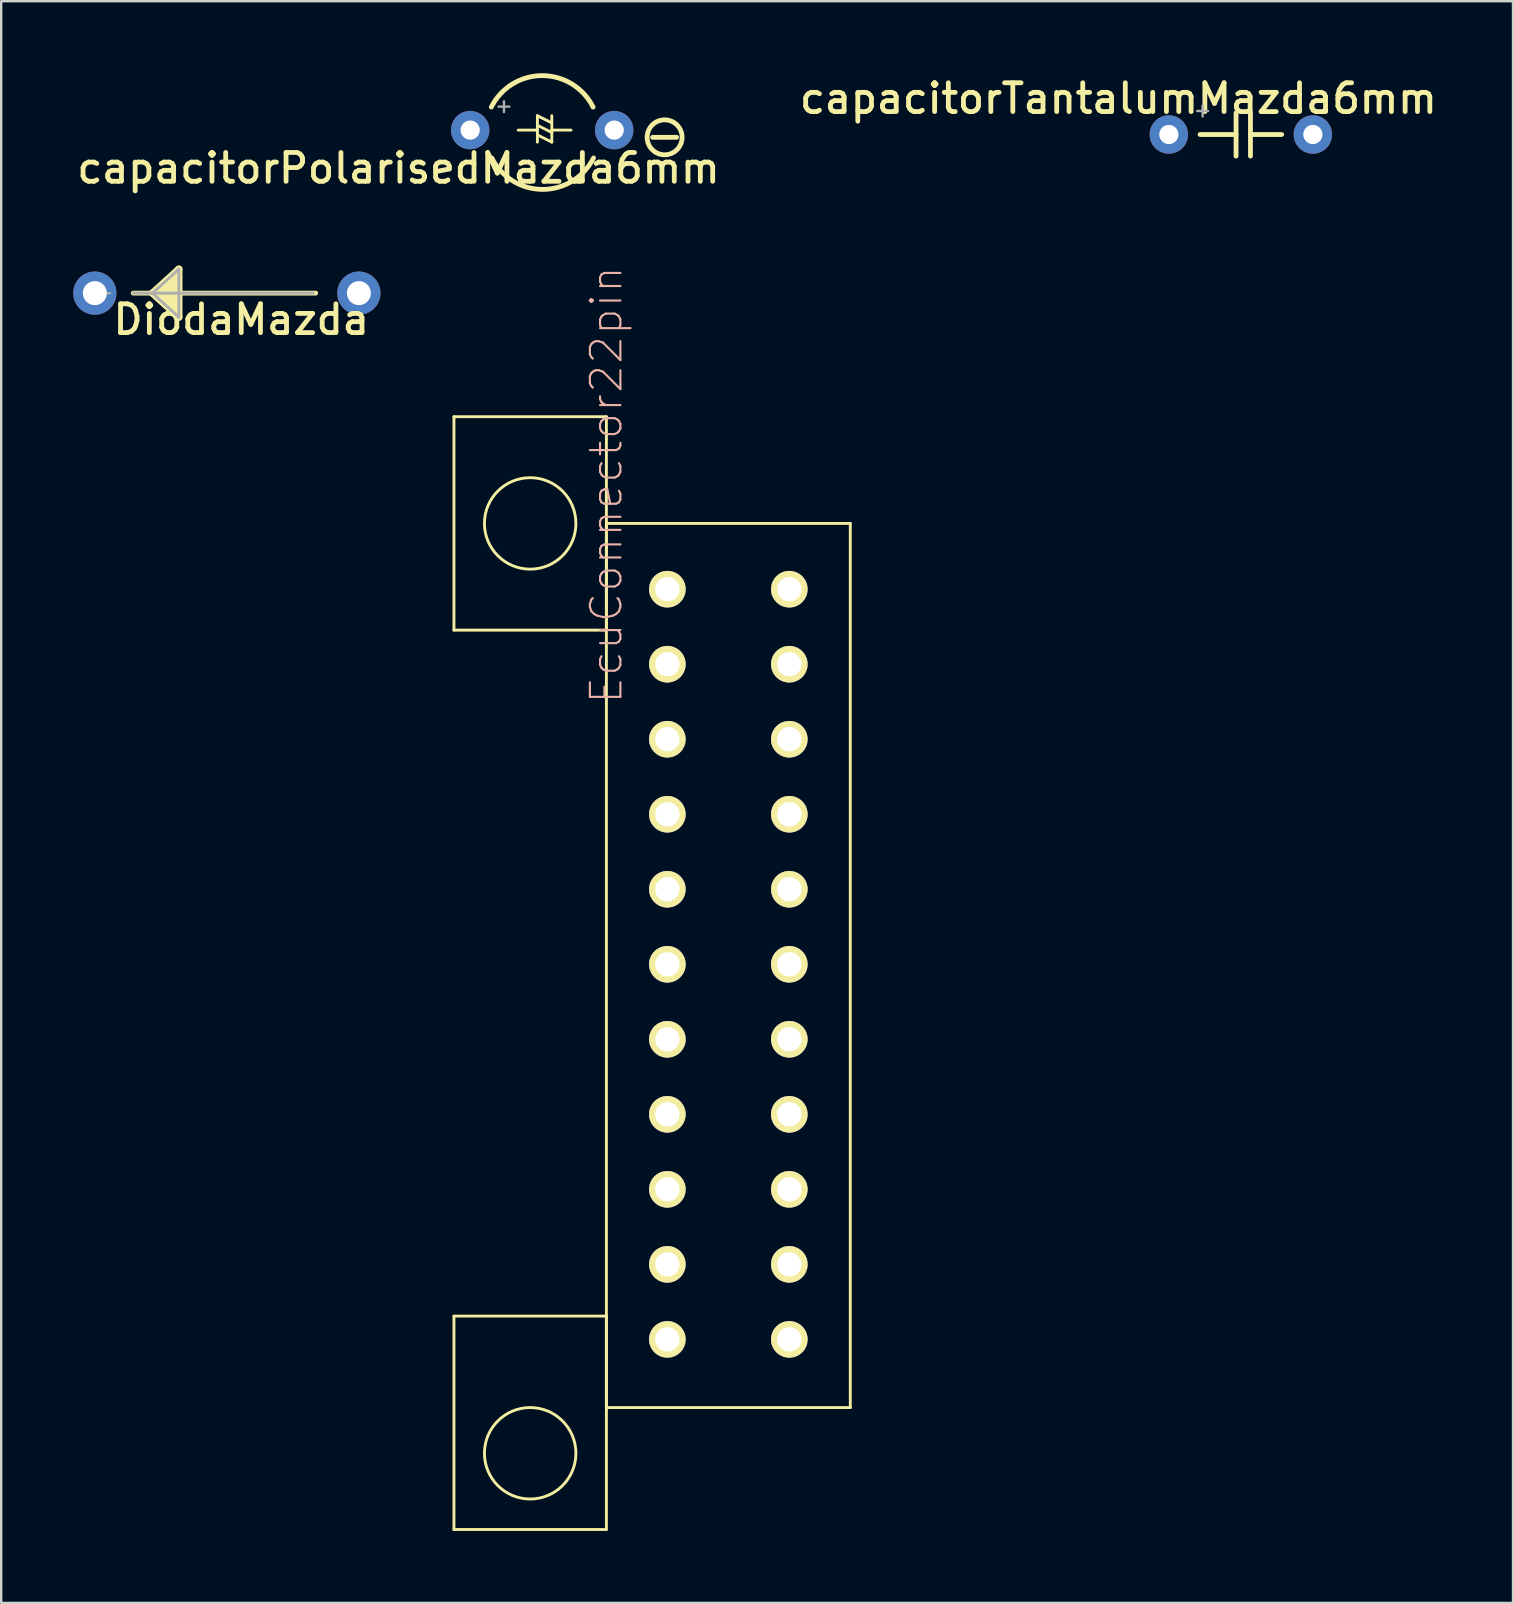
<source format=kicad_pcb>
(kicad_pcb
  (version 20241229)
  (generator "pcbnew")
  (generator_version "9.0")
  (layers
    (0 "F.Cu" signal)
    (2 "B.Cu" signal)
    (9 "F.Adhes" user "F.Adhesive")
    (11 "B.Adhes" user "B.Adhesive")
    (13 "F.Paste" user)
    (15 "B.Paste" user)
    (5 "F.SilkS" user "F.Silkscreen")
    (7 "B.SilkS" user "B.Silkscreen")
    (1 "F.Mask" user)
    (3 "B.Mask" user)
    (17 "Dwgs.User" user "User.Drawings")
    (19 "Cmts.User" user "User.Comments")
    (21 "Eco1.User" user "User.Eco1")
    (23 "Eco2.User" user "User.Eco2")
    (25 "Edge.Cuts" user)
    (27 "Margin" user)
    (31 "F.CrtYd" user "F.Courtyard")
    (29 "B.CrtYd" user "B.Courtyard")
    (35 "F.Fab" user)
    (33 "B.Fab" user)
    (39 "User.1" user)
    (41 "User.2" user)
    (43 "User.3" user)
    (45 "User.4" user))
  (footprint "DiodaMazda"
    (layer "F.Cu")
    (at 0.9 9.161)
    (property "Reference" "DiodaMazda" (at 6.1 1.1 0) (layer "F.SilkS") (effects (font (size 1.2 1.2) (thickness 0.2))))
    (attr through_hole)
    (fp_line (start 1.6 0) (end 9.2 0) (stroke (width 0.2) (type solid)) (layer "F.SilkS"))
    (fp_line (start 2.4 0) (end 3.5 -1) (stroke (width 0.3) (type solid)) (layer "F.SilkS"))
    (fp_line (start 2.4 0) (end 3.5 1) (stroke (width 0.3) (type solid)) (layer "F.SilkS"))
    (fp_line (start 2.8 0) (end 3.1 0.3) (stroke (width 0.4) (type solid)) (layer "F.SilkS"))
    (fp_line (start 2.9 -0.1) (end 3.1 -0.3) (stroke (width 0.4) (type solid)) (layer "F.SilkS"))
    (fp_line (start 3.3 -0.7) (end 3.3 0.6) (stroke (width 0.4) (type solid)) (layer "F.SilkS"))
    (fp_line (start 3.5 -1) (end 3.5 1) (stroke (width 0.3) (type solid)) (layer "F.SilkS"))
    (fp_line (start 0 0) (end 0.63 0) (stroke (width 0.1) (type solid)) (layer "F.Fab"))
    (fp_line (start 1.6 0) (end 9.1 0) (stroke (width 0.12) (type solid)) (layer "F.Fab"))
    (fp_line (start 2.4 0) (end 3.5 1) (stroke (width 0.12) (type solid)) (layer "F.Fab"))
    (fp_line (start 3.5 -1) (end 2.4 0) (stroke (width 0.12) (type solid)) (layer "F.Fab"))
    (fp_line (start 3.5 -1) (end 3.5 1) (stroke (width 0.12) (type solid)) (layer "F.Fab"))
    (pad "1" thru_hole circle (at 0 0) (size 1.8 1.8) (drill 1) (layers "*.Cu" "*.Mask"))
    (pad "2" thru_hole oval (at 11 0) (size 1.8 1.8) (drill 1) (layers "*.Cu" "*.Mask")))
  (footprint "capacitorPolarisedMazda6mm"
    (layer "F.Cu")
    (at 17.136 2.37)
    (property "Reference" "capacitorPolarisedMazda6mm" (at -3.584 1.587 180) (layer "F.SilkS") (effects (font (size 1.2 1.2) (thickness 0.2))))
    (attr through_hole)
    (fp_line (start 1.4 0) (end 2.2 0) (stroke (width 0.12) (type solid)) (layer "F.SilkS"))
    (fp_line (start 2.2 -0.6) (end 2.8 -0.3) (stroke (width 0.12) (type solid)) (layer "F.SilkS"))
    (fp_line (start 2.2 -0.2) (end 2.8 0.1) (stroke (width 0.12) (type solid)) (layer "F.SilkS"))
    (fp_line (start 2.2 0.2) (end 2.8 0.5) (stroke (width 0.12) (type solid)) (layer "F.SilkS"))
    (fp_line (start 2.2 0.5) (end 2.2 -0.6) (stroke (width 0.12) (type solid)) (layer "F.SilkS"))
    (fp_line (start 2.8 -0.6) (end 2.8 0.5) (stroke (width 0.12) (type solid)) (layer "F.SilkS"))
    (fp_line (start 2.8 0) (end 3.6 0) (stroke (width 0.12) (type solid)) (layer "F.SilkS"))
    (fp_line (start 7 0.3) (end 8 0.3) (stroke (width 0.2) (type solid)) (layer "F.SilkS"))
    (fp_arc (start 0.280259 -0.96) (mid 2.400738 -2.27) (end 4.520401 -0.958679) (stroke (width 0.2) (type solid)) (layer "F.SilkS"))
    (fp_arc (start 4.540142 1.158679) (mid 2.420479 2.47) (end 0.3 1.16) (stroke (width 0.2) (type solid)) (layer "F.SilkS"))
    (fp_circle (center 7.5 0.3) (end 8.228 0.3) (stroke (width 0.2) (type solid)) (fill no) (layer "F.SilkS"))
    (fp_line (start 0.582 -0.978) (end 1.032 -0.978) (stroke (width 0.1) (type solid)) (layer "F.Fab"))
    (fp_line (start 0.807 -1.202) (end 0.807 -0.752) (stroke (width 0.1) (type solid)) (layer "F.Fab"))
    (pad "1" thru_hole circle (at -0.6 0) (size 1.6 1.6) (drill 0.8) (layers "*.Cu" "*.Mask"))
    (pad "2" thru_hole circle (at 5.4 0) (size 1.6 1.6) (drill 0.8) (layers "*.Cu" "*.Mask")))
  (footprint "EcuConnector22pin"
    (layer "F.Cu")
    (at 23.48 35.264)
    (property "Reference" "EcuConnector22pin" (at -1.27 -18.115 270) (layer "B.SilkS") (effects (font (size 1.27 1.27) (thickness 0.089))))
    (attr exclude_from_pos_files exclude_from_bom)
    (fp_line (start -7.62 -20.955) (end -1.27 -20.955) (stroke (width 0.12) (type solid)) (layer "F.SilkS"))
    (fp_line (start -7.62 -12.065) (end -7.62 -20.955) (stroke (width 0.12) (type solid)) (layer "F.SilkS"))
    (fp_line (start -7.62 16.51) (end -7.62 25.4) (stroke (width 0.12) (type solid)) (layer "F.SilkS"))
    (fp_line (start -7.62 25.4) (end -1.27 25.4) (stroke (width 0.12) (type solid)) (layer "F.SilkS"))
    (fp_line (start -1.27 -20.955) (end -1.27 -12.065) (stroke (width 0.12) (type solid)) (layer "F.SilkS"))
    (fp_line (start -1.27 -16.51) (end -1.27 20.32) (stroke (width 0.12) (type solid)) (layer "F.SilkS"))
    (fp_line (start -1.27 -12.065) (end -7.62 -12.065) (stroke (width 0.12) (type solid)) (layer "F.SilkS"))
    (fp_line (start -1.27 16.51) (end -7.62 16.51) (stroke (width 0.12) (type solid)) (layer "F.SilkS"))
    (fp_line (start -1.27 20.32) (end 8.89 20.32) (stroke (width 0.12) (type solid)) (layer "F.SilkS"))
    (fp_line (start -1.27 25.4) (end -1.27 16.51) (stroke (width 0.12) (type solid)) (layer "F.SilkS"))
    (fp_line (start 1.016 -14.024) (end 1.016 -13.516) (stroke (width 0.066) (type solid)) (layer "F.SilkS"))
    (fp_line (start 1.016 -10.899) (end 1.016 -10.391) (stroke (width 0.066) (type solid)) (layer "F.SilkS"))
    (fp_line (start 1.016 -7.774) (end 1.016 -7.266) (stroke (width 0.066) (type solid)) (layer "F.SilkS"))
    (fp_line (start 1.016 -4.649) (end 1.016 -4.141) (stroke (width 0.066) (type solid)) (layer "F.SilkS"))
    (fp_line (start 1.016 -1.524) (end 1.016 -1.016) (stroke (width 0.066) (type solid)) (layer "F.SilkS"))
    (fp_line (start 1.016 1.601) (end 1.016 2.109) (stroke (width 0.066) (type solid)) (layer "F.SilkS"))
    (fp_line (start 1.016 4.726) (end 1.016 5.234) (stroke (width 0.066) (type solid)) (layer "F.SilkS"))
    (fp_line (start 1.016 7.851) (end 1.016 8.359) (stroke (width 0.066) (type solid)) (layer "F.SilkS"))
    (fp_line (start 1.016 10.976) (end 1.016 11.484) (stroke (width 0.066) (type solid)) (layer "F.SilkS"))
    (fp_line (start 1.016 14.101) (end 1.016 14.609) (stroke (width 0.066) (type solid)) (layer "F.SilkS"))
    (fp_line (start 1.016 17.226) (end 1.016 17.734) (stroke (width 0.066) (type solid)) (layer "F.SilkS"))
    (fp_line (start 1.524 -14.024) (end 1.016 -14.024) (stroke (width 0.066) (type solid)) (layer "F.SilkS"))
    (fp_line (start 1.524 -14.024) (end 1.524 -13.516) (stroke (width 0.066) (type solid)) (layer "F.SilkS"))
    (fp_line (start 1.524 -13.516) (end 1.016 -13.516) (stroke (width 0.066) (type solid)) (layer "F.SilkS"))
    (fp_line (start 1.524 -10.899) (end 1.016 -10.899) (stroke (width 0.066) (type solid)) (layer "F.SilkS"))
    (fp_line (start 1.524 -10.899) (end 1.524 -10.391) (stroke (width 0.066) (type solid)) (layer "F.SilkS"))
    (fp_line (start 1.524 -10.391) (end 1.016 -10.391) (stroke (width 0.066) (type solid)) (layer "F.SilkS"))
    (fp_line (start 1.524 -7.774) (end 1.016 -7.774) (stroke (width 0.066) (type solid)) (layer "F.SilkS"))
    (fp_line (start 1.524 -7.774) (end 1.524 -7.266) (stroke (width 0.066) (type solid)) (layer "F.SilkS"))
    (fp_line (start 1.524 -7.266) (end 1.016 -7.266) (stroke (width 0.066) (type solid)) (layer "F.SilkS"))
    (fp_line (start 1.524 -4.649) (end 1.016 -4.649) (stroke (width 0.066) (type solid)) (layer "F.SilkS"))
    (fp_line (start 1.524 -4.649) (end 1.524 -4.141) (stroke (width 0.066) (type solid)) (layer "F.SilkS"))
    (fp_line (start 1.524 -4.141) (end 1.016 -4.141) (stroke (width 0.066) (type solid)) (layer "F.SilkS"))
    (fp_line (start 1.524 -1.524) (end 1.016 -1.524) (stroke (width 0.066) (type solid)) (layer "F.SilkS"))
    (fp_line (start 1.524 -1.524) (end 1.524 -1.016) (stroke (width 0.066) (type solid)) (layer "F.SilkS"))
    (fp_line (start 1.524 -1.016) (end 1.016 -1.016) (stroke (width 0.066) (type solid)) (layer "F.SilkS"))
    (fp_line (start 1.524 1.601) (end 1.016 1.601) (stroke (width 0.066) (type solid)) (layer "F.SilkS"))
    (fp_line (start 1.524 1.601) (end 1.524 2.109) (stroke (width 0.066) (type solid)) (layer "F.SilkS"))
    (fp_line (start 1.524 2.109) (end 1.016 2.109) (stroke (width 0.066) (type solid)) (layer "F.SilkS"))
    (fp_line (start 1.524 4.726) (end 1.016 4.726) (stroke (width 0.066) (type solid)) (layer "F.SilkS"))
    (fp_line (start 1.524 4.726) (end 1.524 5.234) (stroke (width 0.066) (type solid)) (layer "F.SilkS"))
    (fp_line (start 1.524 5.234) (end 1.016 5.234) (stroke (width 0.066) (type solid)) (layer "F.SilkS"))
    (fp_line (start 1.524 7.851) (end 1.016 7.851) (stroke (width 0.066) (type solid)) (layer "F.SilkS"))
    (fp_line (start 1.524 7.851) (end 1.524 8.359) (stroke (width 0.066) (type solid)) (layer "F.SilkS"))
    (fp_line (start 1.524 8.359) (end 1.016 8.359) (stroke (width 0.066) (type solid)) (layer "F.SilkS"))
    (fp_line (start 1.524 10.976) (end 1.016 10.976) (stroke (width 0.066) (type solid)) (layer "F.SilkS"))
    (fp_line (start 1.524 10.976) (end 1.524 11.484) (stroke (width 0.066) (type solid)) (layer "F.SilkS"))
    (fp_line (start 1.524 11.484) (end 1.016 11.484) (stroke (width 0.066) (type solid)) (layer "F.SilkS"))
    (fp_line (start 1.524 14.101) (end 1.016 14.101) (stroke (width 0.066) (type solid)) (layer "F.SilkS"))
    (fp_line (start 1.524 14.101) (end 1.524 14.609) (stroke (width 0.066) (type solid)) (layer "F.SilkS"))
    (fp_line (start 1.524 14.609) (end 1.016 14.609) (stroke (width 0.066) (type solid)) (layer "F.SilkS"))
    (fp_line (start 1.524 17.226) (end 1.016 17.226) (stroke (width 0.066) (type solid)) (layer "F.SilkS"))
    (fp_line (start 1.524 17.226) (end 1.524 17.734) (stroke (width 0.066) (type solid)) (layer "F.SilkS"))
    (fp_line (start 1.524 17.734) (end 1.016 17.734) (stroke (width 0.066) (type solid)) (layer "F.SilkS"))
    (fp_line (start 6.096 -14.024) (end 6.096 -13.516) (stroke (width 0.066) (type solid)) (layer "F.SilkS"))
    (fp_line (start 6.096 -10.899) (end 6.096 -10.391) (stroke (width 0.066) (type solid)) (layer "F.SilkS"))
    (fp_line (start 6.096 -7.774) (end 6.096 -7.266) (stroke (width 0.066) (type solid)) (layer "F.SilkS"))
    (fp_line (start 6.096 -4.649) (end 6.096 -4.141) (stroke (width 0.066) (type solid)) (layer "F.SilkS"))
    (fp_line (start 6.096 -1.524) (end 6.096 -1.016) (stroke (width 0.066) (type solid)) (layer "F.SilkS"))
    (fp_line (start 6.096 1.601) (end 6.096 2.109) (stroke (width 0.066) (type solid)) (layer "F.SilkS"))
    (fp_line (start 6.096 4.726) (end 6.096 5.234) (stroke (width 0.066) (type solid)) (layer "F.SilkS"))
    (fp_line (start 6.096 7.851) (end 6.096 8.359) (stroke (width 0.066) (type solid)) (layer "F.SilkS"))
    (fp_line (start 6.096 10.976) (end 6.096 11.484) (stroke (width 0.066) (type solid)) (layer "F.SilkS"))
    (fp_line (start 6.096 14.101) (end 6.096 14.609) (stroke (width 0.066) (type solid)) (layer "F.SilkS"))
    (fp_line (start 6.096 17.226) (end 6.096 17.734) (stroke (width 0.066) (type solid)) (layer "F.SilkS"))
    (fp_line (start 6.604 -14.024) (end 6.096 -14.024) (stroke (width 0.066) (type solid)) (layer "F.SilkS"))
    (fp_line (start 6.604 -14.024) (end 6.604 -13.516) (stroke (width 0.066) (type solid)) (layer "F.SilkS"))
    (fp_line (start 6.604 -13.516) (end 6.096 -13.516) (stroke (width 0.066) (type solid)) (layer "F.SilkS"))
    (fp_line (start 6.604 -10.899) (end 6.096 -10.899) (stroke (width 0.066) (type solid)) (layer "F.SilkS"))
    (fp_line (start 6.604 -10.899) (end 6.604 -10.391) (stroke (width 0.066) (type solid)) (layer "F.SilkS"))
    (fp_line (start 6.604 -10.391) (end 6.096 -10.391) (stroke (width 0.066) (type solid)) (layer "F.SilkS"))
    (fp_line (start 6.604 -7.774) (end 6.096 -7.774) (stroke (width 0.066) (type solid)) (layer "F.SilkS"))
    (fp_line (start 6.604 -7.774) (end 6.604 -7.266) (stroke (width 0.066) (type solid)) (layer "F.SilkS"))
    (fp_line (start 6.604 -7.266) (end 6.096 -7.266) (stroke (width 0.066) (type solid)) (layer "F.SilkS"))
    (fp_line (start 6.604 -4.649) (end 6.096 -4.649) (stroke (width 0.066) (type solid)) (layer "F.SilkS"))
    (fp_line (start 6.604 -4.649) (end 6.604 -4.141) (stroke (width 0.066) (type solid)) (layer "F.SilkS"))
    (fp_line (start 6.604 -4.141) (end 6.096 -4.141) (stroke (width 0.066) (type solid)) (layer "F.SilkS"))
    (fp_line (start 6.604 -1.524) (end 6.096 -1.524) (stroke (width 0.066) (type solid)) (layer "F.SilkS"))
    (fp_line (start 6.604 -1.524) (end 6.604 -1.016) (stroke (width 0.066) (type solid)) (layer "F.SilkS"))
    (fp_line (start 6.604 -1.016) (end 6.096 -1.016) (stroke (width 0.066) (type solid)) (layer "F.SilkS"))
    (fp_line (start 6.604 1.601) (end 6.096 1.601) (stroke (width 0.066) (type solid)) (layer "F.SilkS"))
    (fp_line (start 6.604 1.601) (end 6.604 2.109) (stroke (width 0.066) (type solid)) (layer "F.SilkS"))
    (fp_line (start 6.604 2.109) (end 6.096 2.109) (stroke (width 0.066) (type solid)) (layer "F.SilkS"))
    (fp_line (start 6.604 4.726) (end 6.096 4.726) (stroke (width 0.066) (type solid)) (layer "F.SilkS"))
    (fp_line (start 6.604 4.726) (end 6.604 5.234) (stroke (width 0.066) (type solid)) (layer "F.SilkS"))
    (fp_line (start 6.604 5.234) (end 6.096 5.234) (stroke (width 0.066) (type solid)) (layer "F.SilkS"))
    (fp_line (start 6.604 7.851) (end 6.096 7.851) (stroke (width 0.066) (type solid)) (layer "F.SilkS"))
    (fp_line (start 6.604 7.851) (end 6.604 8.359) (stroke (width 0.066) (type solid)) (layer "F.SilkS"))
    (fp_line (start 6.604 8.359) (end 6.096 8.359) (stroke (width 0.066) (type solid)) (layer "F.SilkS"))
    (fp_line (start 6.604 10.976) (end 6.096 10.976) (stroke (width 0.066) (type solid)) (layer "F.SilkS"))
    (fp_line (start 6.604 10.976) (end 6.604 11.484) (stroke (width 0.066) (type solid)) (layer "F.SilkS"))
    (fp_line (start 6.604 11.484) (end 6.096 11.484) (stroke (width 0.066) (type solid)) (layer "F.SilkS"))
    (fp_line (start 6.604 14.101) (end 6.096 14.101) (stroke (width 0.066) (type solid)) (layer "F.SilkS"))
    (fp_line (start 6.604 14.101) (end 6.604 14.609) (stroke (width 0.066) (type solid)) (layer "F.SilkS"))
    (fp_line (start 6.604 14.609) (end 6.096 14.609) (stroke (width 0.066) (type solid)) (layer "F.SilkS"))
    (fp_line (start 6.604 17.226) (end 6.096 17.226) (stroke (width 0.066) (type solid)) (layer "F.SilkS"))
    (fp_line (start 6.604 17.226) (end 6.604 17.734) (stroke (width 0.066) (type solid)) (layer "F.SilkS"))
    (fp_line (start 6.604 17.734) (end 6.096 17.734) (stroke (width 0.066) (type solid)) (layer "F.SilkS"))
    (fp_line (start 8.89 -16.51) (end -1.27 -16.51) (stroke (width 0.12) (type solid)) (layer "F.SilkS"))
    (fp_line (start 8.89 20.32) (end 8.89 -16.51) (stroke (width 0.12) (type solid)) (layer "F.SilkS"))
    (fp_circle (center -4.445 -16.51) (end -2.54 -16.51) (stroke (width 0.12) (type solid)) (fill no) (layer "F.SilkS"))
    (fp_circle (center -4.445 22.225) (end -2.54 22.225) (stroke (width 0.12) (type solid)) (fill no) (layer "F.SilkS"))
    (pad "A" thru_hole circle (at 6.35 17.48 90) (size 1.524 1.524) (drill 1.016) (layers "*.Cu" "F.Mask" "F.SilkS" "F.Paste"))
    (pad "B" thru_hole circle (at 1.27 17.48 90) (size 1.524 1.524) (drill 1.016) (layers "*.Cu" "F.Mask" "F.SilkS" "F.Paste"))
    (pad "C" thru_hole circle (at 6.35 14.355 90) (size 1.524 1.524) (drill 1.016) (layers "*.Cu" "F.Mask" "F.SilkS" "F.Paste"))
    (pad "D" thru_hole circle (at 1.27 14.355 90) (size 1.524 1.524) (drill 1.016) (layers "*.Cu" "F.Mask" "F.SilkS" "F.Paste"))
    (pad "E" thru_hole circle (at 6.35 11.23 90) (size 1.524 1.524) (drill 1.016) (layers "*.Cu" "F.Mask" "F.SilkS" "F.Paste"))
    (pad "F" thru_hole circle (at 1.27 11.23 90) (size 1.524 1.524) (drill 1.016) (layers "*.Cu" "F.Mask" "F.SilkS" "F.Paste"))
    (pad "G" thru_hole circle (at 6.35 8.105 90) (size 1.524 1.524) (drill 1.016) (layers "*.Cu" "F.Mask" "F.SilkS" "F.Paste"))
    (pad "H" thru_hole circle (at 1.27 8.105 90) (size 1.524 1.524) (drill 1.016) (layers "*.Cu" "F.Mask" "F.SilkS" "F.Paste"))
    (pad "I" thru_hole circle (at 6.35 4.98 90) (size 1.524 1.524) (drill 1.016) (layers "*.Cu" "F.Mask" "F.SilkS" "F.Paste"))
    (pad "J" thru_hole circle (at 1.27 4.98 90) (size 1.524 1.524) (drill 1.016) (layers "*.Cu" "F.Mask" "F.SilkS" "F.Paste"))
    (pad "K" thru_hole circle (at 6.35 1.855 90) (size 1.524 1.524) (drill 1.016) (layers "*.Cu" "F.Mask" "F.SilkS" "F.Paste"))
    (pad "L" thru_hole circle (at 1.27 1.855 90) (size 1.524 1.524) (drill 1.016) (layers "*.Cu" "F.Mask" "F.SilkS" "F.Paste"))
    (pad "M" thru_hole circle (at 6.35 -1.27 90) (size 1.524 1.524) (drill 1.016) (layers "*.Cu" "F.Mask" "F.SilkS" "F.Paste"))
    (pad "N" thru_hole circle (at 1.27 -1.27 90) (size 1.524 1.524) (drill 1.016) (layers "*.Cu" "F.Mask" "F.SilkS" "F.Paste"))
    (pad "O" thru_hole circle (at 6.35 -4.395 90) (size 1.524 1.524) (drill 1.016) (layers "*.Cu" "F.Mask" "F.SilkS" "F.Paste"))
    (pad "P" thru_hole circle (at 1.27 -4.395 90) (size 1.524 1.524) (drill 1.016) (layers "*.Cu" "F.Mask" "F.SilkS" "F.Paste"))
    (pad "Q" thru_hole circle (at 6.35 -7.52 90) (size 1.524 1.524) (drill 1.016) (layers "*.Cu" "F.Mask" "F.SilkS" "F.Paste"))
    (pad "R" thru_hole circle (at 1.27 -7.52 90) (size 1.524 1.524) (drill 1.016) (layers "*.Cu" "F.Mask" "F.SilkS" "F.Paste"))
    (pad "S" thru_hole circle (at 6.35 -10.645 90) (size 1.524 1.524) (drill 1.016) (layers "*.Cu" "F.Mask" "F.SilkS" "F.Paste"))
    (pad "T" thru_hole circle (at 1.27 -10.645 90) (size 1.524 1.524) (drill 1.016) (layers "*.Cu" "F.Mask" "F.SilkS" "F.Paste"))
    (pad "U" thru_hole circle (at 6.35 -13.77 90) (size 1.524 1.524) (drill 1.016) (layers "*.Cu" "F.Mask" "F.SilkS" "F.Paste"))
    (pad "V" thru_hole circle (at 1.27 -13.77 90) (size 1.524 1.524) (drill 1.016) (layers "*.Cu" "F.Mask" "F.SilkS" "F.Paste")))
  (footprint "capacitorTantalumMazda6mm"
    (layer "F.Cu")
    (at 46.24 2.553)
    (property "Reference" "capacitorTantalumMazda6mm" (at -2.7 -1.5 0) (layer "F.SilkS") (effects (font (size 1.2 1.2) (thickness 0.2))))
    (attr through_hole)
    (fp_line (start 0.7 0) (end 2.2 0) (stroke (width 0.2) (type solid)) (layer "F.SilkS"))
    (fp_line (start 2.2 0.9) (end 2.2 -0.9) (stroke (width 0.2) (type solid)) (layer "F.SilkS"))
    (fp_line (start 2.8 -0.9) (end 2.8 0.9) (stroke (width 0.2) (type solid)) (layer "F.SilkS"))
    (fp_line (start 2.8 0) (end 4.1 0) (stroke (width 0.2) (type solid)) (layer "F.SilkS"))
    (fp_line (start 0.582 -0.978) (end 1.032 -0.978) (stroke (width 0.1) (type solid)) (layer "F.Fab"))
    (fp_line (start 0.807 -1.202) (end 0.807 -0.752) (stroke (width 0.1) (type solid)) (layer "F.Fab"))
    (pad "1" thru_hole circle (at -0.6 0) (size 1.6 1.6) (drill 0.8) (layers "*.Cu" "*.Mask"))
    (pad "2" thru_hole circle (at 5.4 0) (size 1.6 1.6) (drill 0.8) (layers "*.Cu" "*.Mask")))
  (gr_rect
    (start -3 -3)
    (end 59.977 63.724)
    (stroke (width 0.1) (type default))
    (fill no)
    (layer "Edge.Cuts")))
</source>
